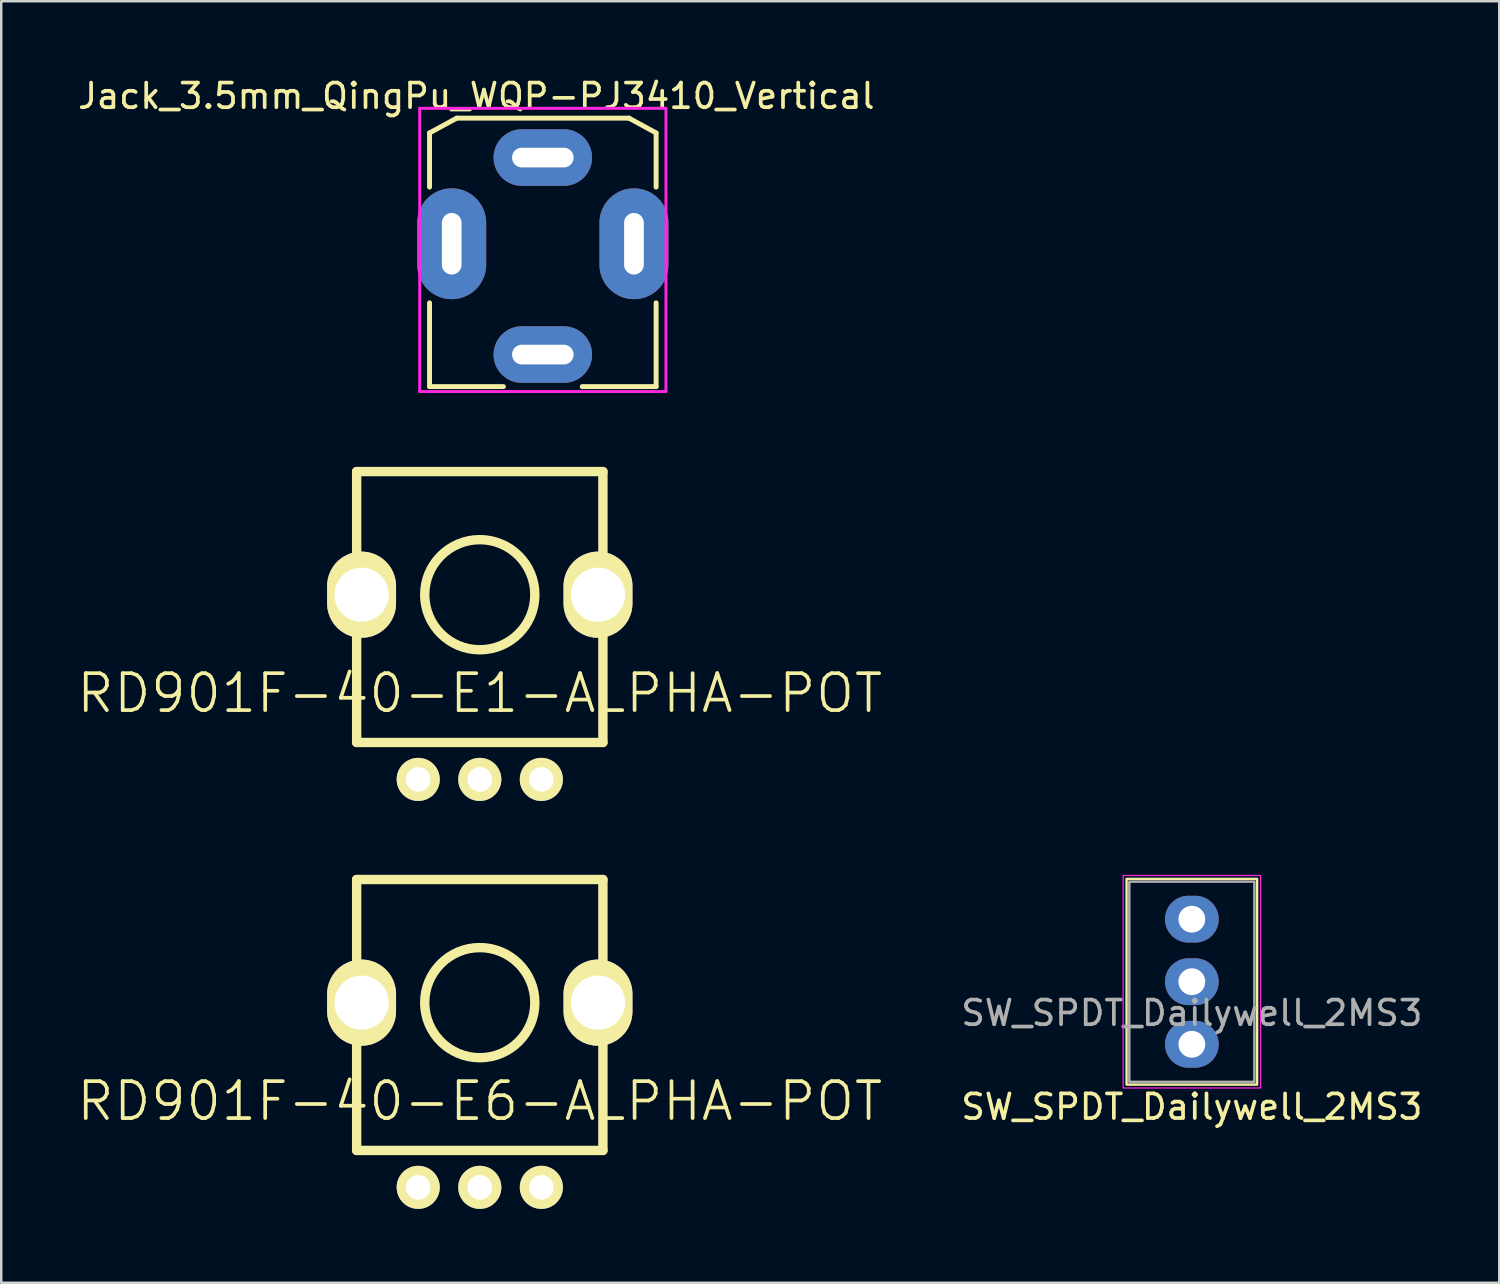
<source format=kicad_pcb>
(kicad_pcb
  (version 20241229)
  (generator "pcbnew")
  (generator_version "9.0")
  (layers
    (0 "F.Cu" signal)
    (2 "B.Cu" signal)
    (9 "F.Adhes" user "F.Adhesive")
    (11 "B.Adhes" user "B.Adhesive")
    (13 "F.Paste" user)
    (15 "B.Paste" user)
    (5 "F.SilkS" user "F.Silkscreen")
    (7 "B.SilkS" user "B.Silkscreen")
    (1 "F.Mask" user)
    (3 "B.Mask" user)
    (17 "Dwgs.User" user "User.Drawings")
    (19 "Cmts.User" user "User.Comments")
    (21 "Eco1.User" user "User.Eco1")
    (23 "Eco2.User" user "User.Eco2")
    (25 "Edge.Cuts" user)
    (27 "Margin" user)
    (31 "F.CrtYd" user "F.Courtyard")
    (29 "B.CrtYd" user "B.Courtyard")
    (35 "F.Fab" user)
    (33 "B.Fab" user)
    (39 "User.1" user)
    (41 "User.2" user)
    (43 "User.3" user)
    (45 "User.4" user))
  (footprint "Jack_3.5mm_QingPu_WQP-PJ3410_Vertical"
    (layer "F.Cu")
    (at 18.992 6.848)
    (property "Reference" "Jack_3.5mm_QingPu_WQP-PJ3410_Vertical" (at -2.7 -6 0) (layer "F.SilkS") (effects (font (size 1 1) (thickness 0.15))))
    (attr through_hole)
    (fp_line (start -4.6 -4.5) (end -4.6 -2.3) (stroke (width 0.2) (type solid)) (layer "F.SilkS"))
    (fp_line (start -4.6 2.4) (end -4.6 5.8) (stroke (width 0.2) (type solid)) (layer "F.SilkS"))
    (fp_line (start -4.6 5.8) (end -1.6 5.8) (stroke (width 0.2) (type solid)) (layer "F.SilkS"))
    (fp_line (start -3.5 -5.1) (end -4.6 -4.5) (stroke (width 0.2) (type solid)) (layer "F.SilkS"))
    (fp_line (start 1.6 5.8) (end 4.6 5.8) (stroke (width 0.2) (type solid)) (layer "F.SilkS"))
    (fp_line (start 3.5 -5.1) (end -3.5 -5.1) (stroke (width 0.2) (type solid)) (layer "F.SilkS"))
    (fp_line (start 3.5 -5.1) (end 4.6 -4.5) (stroke (width 0.2) (type solid)) (layer "F.SilkS"))
    (fp_line (start 4.6 -4.5) (end 4.6 -2.3) (stroke (width 0.2) (type solid)) (layer "F.SilkS"))
    (fp_line (start 4.6 5.8) (end 4.6 2.4) (stroke (width 0.2) (type solid)) (layer "F.SilkS"))
    (fp_line (start -5 -5.5) (end -5 6) (stroke (width 0.12) (type solid)) (layer "F.CrtYd"))
    (fp_line (start -5 6) (end 5 6) (stroke (width 0.12) (type solid)) (layer "F.CrtYd"))
    (fp_line (start 5 -5.5) (end -5 -5.5) (stroke (width 0.12) (type solid)) (layer "F.CrtYd"))
    (fp_line (start 5 6) (end 5 -5.5) (stroke (width 0.12) (type solid)) (layer "F.CrtYd"))
    (pad "R" thru_hole oval (at 0 -3.5 90) (size 2.3 4) (drill oval 0.8 2.5) (layers "*.Cu" "*.Mask"))
    (pad "S" thru_hole oval (at 3.7 0) (size 2.8 4.5) (drill oval 0.8 2.5) (layers "*.Cu" "*.Mask"))
    (pad "T" thru_hole oval (at 0 4.5 270) (size 2.3 4) (drill oval 0.8 2.5) (layers "*.Cu" "*.Mask"))
    (pad "TN" thru_hole oval (at -3.7 0) (size 2.8 4.5) (drill oval 0.8 2.5) (layers "*.Cu" "*.Mask")))
  (footprint "RD901F-40-E6-ALPHA-POT"
    (layer "F.Cu")
    (at 16.432 37.664)
    (property "Reference" "RD901F-40-E6-ALPHA-POT" (at 0 4 0) (layer "F.SilkS") (effects (font (size 1.5 1.5) (thickness 0.15))))
    (attr through_hole)
    (fp_line (start -5 -5) (end 5 -5) (stroke (width 0.381) (type solid)) (layer "F.SilkS"))
    (fp_line (start -5 0) (end -5 -5) (stroke (width 0.381) (type solid)) (layer "F.SilkS"))
    (fp_line (start -5 6) (end -5 0) (stroke (width 0.381) (type solid)) (layer "F.SilkS"))
    (fp_line (start 5 -5) (end 5 6) (stroke (width 0.381) (type solid)) (layer "F.SilkS"))
    (fp_line (start 5 6) (end -5 6) (stroke (width 0.381) (type solid)) (layer "F.SilkS"))
    (fp_circle (center 0 0) (end 1 2) (stroke (width 0.381) (type solid)) (fill no) (layer "F.SilkS"))
    (pad "" thru_hole oval (at -4.8 0) (size 2.8 3.5) (drill 2.2) (layers "*.Cu" "*.Mask" "F.SilkS"))
    (pad "" thru_hole oval (at 4.8 0) (size 2.8 3.5) (drill 2.2) (layers "*.Cu" "*.Mask" "F.SilkS"))
    (pad "1" thru_hole circle (at -2.5 7.5) (size 1.75 1.75) (drill 1) (layers "*.Cu" "*.Mask" "F.SilkS"))
    (pad "2" thru_hole circle (at 0 7.5) (size 1.75 1.75) (drill 1) (layers "*.Cu" "*.Mask" "F.SilkS"))
    (pad "3" thru_hole circle (at 2.5 7.5) (size 1.75 1.75) (drill 1) (layers "*.Cu" "*.Mask" "F.SilkS")))
  (footprint "SW_SPDT_Dailywell_2MS3"
    (layer "F.Cu")
    (at 45.346 34.274)
    (property "Reference" "SW_SPDT_Dailywell_2MS3" (at 0 7.62 0) (unlocked yes) (layer "F.SilkS") (effects (font (size 1 1) (thickness 0.15))))
    (attr through_hole)
    (fp_rect (start -2.65 -1.635) (end 2.65 6.715) (stroke (width 0.1) (type solid)) (fill no) (layer "F.SilkS"))
    (fp_rect (start -2.79 -1.775) (end 2.79 6.855) (stroke (width 0.05) (type solid)) (fill no) (layer "F.CrtYd"))
    (fp_rect (start -2.54 -1.525) (end 2.54 6.605) (stroke (width 0.1) (type solid)) (fill no) (layer "F.Fab"))
    (fp_text user "${REFERENCE}" (at 0 3.81 0) (unlocked yes) (layer "F.Fab") (effects (font (size 1 1) (thickness 0.15))))
    (pad "1" thru_hole oval (at 0 0) (size 2.18 1.9) (drill 1.09) (layers "*.Cu" "*.Mask"))
    (pad "2" thru_hole oval (at 0 2.54) (size 2.18 1.9) (drill 1.09) (layers "*.Cu" "*.Mask"))
    (pad "3" thru_hole oval (at 0 5.08) (size 2.18 1.9) (drill 1.09) (layers "*.Cu" "*.Mask")))
  (footprint "RD901F-40-E1-ALPHA-POT"
    (layer "F.Cu")
    (at 16.432 21.099)
    (property "Reference" "RD901F-40-E1-ALPHA-POT" (at 0 4 0) (layer "F.SilkS") (effects (font (size 1.5 1.5) (thickness 0.15))))
    (attr through_hole)
    (fp_line (start -5 -5) (end 5 -5) (stroke (width 0.381) (type solid)) (layer "F.SilkS"))
    (fp_line (start -5 0) (end -5 -5) (stroke (width 0.381) (type solid)) (layer "F.SilkS"))
    (fp_line (start -5 6) (end -5 0) (stroke (width 0.381) (type solid)) (layer "F.SilkS"))
    (fp_line (start 5 -5) (end 5 6) (stroke (width 0.381) (type solid)) (layer "F.SilkS"))
    (fp_line (start 5 6) (end -5 6) (stroke (width 0.381) (type solid)) (layer "F.SilkS"))
    (fp_circle (center 0 0) (end 1 2) (stroke (width 0.381) (type solid)) (fill no) (layer "F.SilkS"))
    (pad "" thru_hole oval (at -4.8 0) (size 2.8 3.5) (drill 2.2) (layers "*.Cu" "*.Mask" "F.SilkS"))
    (pad "" thru_hole oval (at 4.8 0) (size 2.8 3.5) (drill 2.2) (layers "*.Cu" "*.Mask" "F.SilkS"))
    (pad "1" thru_hole circle (at -2.5 7.5) (size 1.75 1.75) (drill 1) (layers "*.Cu" "*.Mask" "F.SilkS"))
    (pad "2" thru_hole circle (at 0 7.5) (size 1.75 1.75) (drill 1) (layers "*.Cu" "*.Mask" "F.SilkS"))
    (pad "3" thru_hole circle (at 2.5 7.5) (size 1.75 1.75) (drill 1) (layers "*.Cu" "*.Mask" "F.SilkS")))
  (gr_rect
    (start -3 -3)
    (end 57.829 49.039)
    (stroke (width 0.1) (type default))
    (fill no)
    (layer "Edge.Cuts")))
</source>
